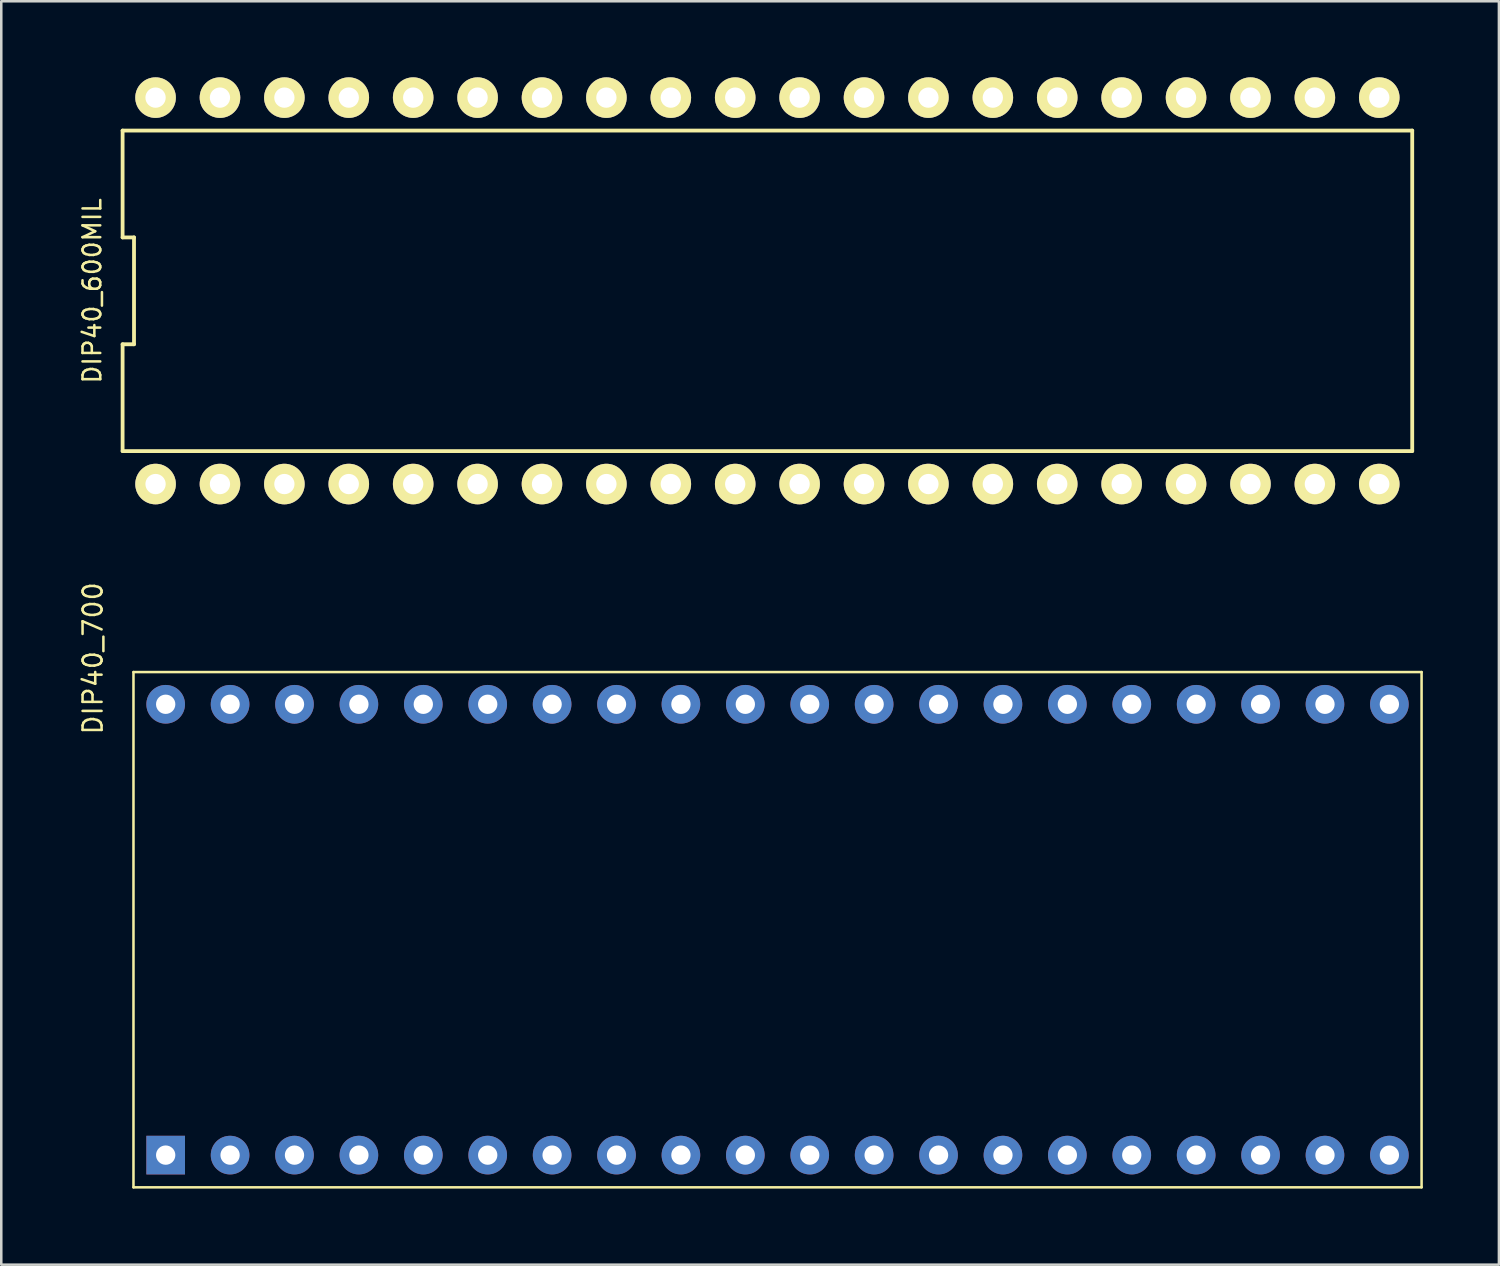
<source format=kicad_pcb>
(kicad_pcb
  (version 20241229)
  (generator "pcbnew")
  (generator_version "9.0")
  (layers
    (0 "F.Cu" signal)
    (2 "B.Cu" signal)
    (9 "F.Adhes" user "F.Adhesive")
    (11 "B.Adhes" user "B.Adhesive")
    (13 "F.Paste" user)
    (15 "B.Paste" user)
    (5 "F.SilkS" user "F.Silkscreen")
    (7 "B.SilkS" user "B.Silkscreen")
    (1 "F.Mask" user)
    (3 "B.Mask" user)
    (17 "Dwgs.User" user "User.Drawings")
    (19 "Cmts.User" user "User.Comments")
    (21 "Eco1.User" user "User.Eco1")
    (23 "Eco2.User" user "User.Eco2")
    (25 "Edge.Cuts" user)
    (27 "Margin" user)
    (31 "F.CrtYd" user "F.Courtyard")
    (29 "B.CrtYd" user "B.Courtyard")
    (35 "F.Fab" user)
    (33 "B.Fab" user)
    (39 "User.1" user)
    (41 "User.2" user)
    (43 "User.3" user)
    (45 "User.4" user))
  (footprint "DIP40_600MIL"
    (layer "F.Cu")
    (at 27.215 8.42)
    (property "Reference" "DIP40_600MIL" (at -26.63 0 90) (layer "F.SilkS") (effects (font (size 0.7 0.7) (thickness 0.1))))
    (attr through_hole)
    (fp_line (start -25.43 -6.32) (end -25.43 -2.107) (stroke (width 0.15) (type solid)) (layer "F.SilkS"))
    (fp_line (start -25.43 -2.107) (end -24.98 -2.107) (stroke (width 0.15) (type solid)) (layer "F.SilkS"))
    (fp_line (start -25.43 2.107) (end -25.43 6.32) (stroke (width 0.15) (type solid)) (layer "F.SilkS"))
    (fp_line (start -25.43 6.32) (end 25.43 6.32) (stroke (width 0.15) (type solid)) (layer "F.SilkS"))
    (fp_line (start -24.98 -2.107) (end -24.98 2.107) (stroke (width 0.15) (type solid)) (layer "F.SilkS"))
    (fp_line (start -24.98 2.107) (end -25.43 2.107) (stroke (width 0.15) (type solid)) (layer "F.SilkS"))
    (fp_line (start 25.43 -6.32) (end -25.43 -6.32) (stroke (width 0.15) (type solid)) (layer "F.SilkS"))
    (fp_line (start 25.43 6.32) (end 25.43 -6.32) (stroke (width 0.15) (type solid)) (layer "F.SilkS"))
    (pad "1" thru_hole circle (at -24.13 7.62) (size 1.6 1.6) (drill 0.8) (layers "*.Cu" "*.Mask" "F.SilkS"))
    (pad "2" thru_hole circle (at -21.59 7.62) (size 1.6 1.6) (drill 0.8) (layers "*.Cu" "*.Mask" "F.SilkS"))
    (pad "3" thru_hole circle (at -19.05 7.62) (size 1.6 1.6) (drill 0.8) (layers "*.Cu" "*.Mask" "F.SilkS"))
    (pad "4" thru_hole circle (at -16.51 7.62) (size 1.6 1.6) (drill 0.8) (layers "*.Cu" "*.Mask" "F.SilkS"))
    (pad "5" thru_hole circle (at -13.97 7.62) (size 1.6 1.6) (drill 0.8) (layers "*.Cu" "*.Mask" "F.SilkS"))
    (pad "6" thru_hole circle (at -11.43 7.62) (size 1.6 1.6) (drill 0.8) (layers "*.Cu" "*.Mask" "F.SilkS"))
    (pad "7" thru_hole circle (at -8.89 7.62) (size 1.6 1.6) (drill 0.8) (layers "*.Cu" "*.Mask" "F.SilkS"))
    (pad "8" thru_hole circle (at -6.35 7.62) (size 1.6 1.6) (drill 0.8) (layers "*.Cu" "*.Mask" "F.SilkS"))
    (pad "9" thru_hole circle (at -3.81 7.62) (size 1.6 1.6) (drill 0.8) (layers "*.Cu" "*.Mask" "F.SilkS"))
    (pad "10" thru_hole circle (at -1.27 7.62) (size 1.6 1.6) (drill 0.8) (layers "*.Cu" "*.Mask" "F.SilkS"))
    (pad "11" thru_hole circle (at 1.27 7.62) (size 1.6 1.6) (drill 0.8) (layers "*.Cu" "*.Mask" "F.SilkS"))
    (pad "12" thru_hole circle (at 3.81 7.62) (size 1.6 1.6) (drill 0.8) (layers "*.Cu" "*.Mask" "F.SilkS"))
    (pad "13" thru_hole circle (at 6.35 7.62) (size 1.6 1.6) (drill 0.8) (layers "*.Cu" "*.Mask" "F.SilkS"))
    (pad "14" thru_hole circle (at 8.89 7.62) (size 1.6 1.6) (drill 0.8) (layers "*.Cu" "*.Mask" "F.SilkS"))
    (pad "15" thru_hole circle (at 11.43 7.62) (size 1.6 1.6) (drill 0.8) (layers "*.Cu" "*.Mask" "F.SilkS"))
    (pad "16" thru_hole circle (at 13.97 7.62) (size 1.6 1.6) (drill 0.8) (layers "*.Cu" "*.Mask" "F.SilkS"))
    (pad "17" thru_hole circle (at 16.51 7.62) (size 1.6 1.6) (drill 0.8) (layers "*.Cu" "*.Mask" "F.SilkS"))
    (pad "18" thru_hole circle (at 19.05 7.62) (size 1.6 1.6) (drill 0.8) (layers "*.Cu" "*.Mask" "F.SilkS"))
    (pad "19" thru_hole circle (at 21.59 7.62) (size 1.6 1.6) (drill 0.8) (layers "*.Cu" "*.Mask" "F.SilkS"))
    (pad "20" thru_hole circle (at 24.13 7.62) (size 1.6 1.6) (drill 0.8) (layers "*.Cu" "*.Mask" "F.SilkS"))
    (pad "21" thru_hole circle (at 24.13 -7.62) (size 1.6 1.6) (drill 0.8) (layers "*.Cu" "*.Mask" "F.SilkS"))
    (pad "22" thru_hole circle (at 21.59 -7.62) (size 1.6 1.6) (drill 0.8) (layers "*.Cu" "*.Mask" "F.SilkS"))
    (pad "23" thru_hole circle (at 19.05 -7.62) (size 1.6 1.6) (drill 0.8) (layers "*.Cu" "*.Mask" "F.SilkS"))
    (pad "24" thru_hole circle (at 16.51 -7.62) (size 1.6 1.6) (drill 0.8) (layers "*.Cu" "*.Mask" "F.SilkS"))
    (pad "25" thru_hole circle (at 13.97 -7.62) (size 1.6 1.6) (drill 0.8) (layers "*.Cu" "*.Mask" "F.SilkS"))
    (pad "26" thru_hole circle (at 11.43 -7.62) (size 1.6 1.6) (drill 0.8) (layers "*.Cu" "*.Mask" "F.SilkS"))
    (pad "27" thru_hole circle (at 8.89 -7.62) (size 1.6 1.6) (drill 0.8) (layers "*.Cu" "*.Mask" "F.SilkS"))
    (pad "28" thru_hole circle (at 6.35 -7.62) (size 1.6 1.6) (drill 0.8) (layers "*.Cu" "*.Mask" "F.SilkS"))
    (pad "29" thru_hole circle (at 3.81 -7.62) (size 1.6 1.6) (drill 0.8) (layers "*.Cu" "*.Mask" "F.SilkS"))
    (pad "30" thru_hole circle (at 1.27 -7.62) (size 1.6 1.6) (drill 0.8) (layers "*.Cu" "*.Mask" "F.SilkS"))
    (pad "31" thru_hole circle (at -1.27 -7.62) (size 1.6 1.6) (drill 0.8) (layers "*.Cu" "*.Mask" "F.SilkS"))
    (pad "32" thru_hole circle (at -3.81 -7.62) (size 1.6 1.6) (drill 0.8) (layers "*.Cu" "*.Mask" "F.SilkS"))
    (pad "33" thru_hole circle (at -6.35 -7.62) (size 1.6 1.6) (drill 0.8) (layers "*.Cu" "*.Mask" "F.SilkS"))
    (pad "34" thru_hole circle (at -8.89 -7.62) (size 1.6 1.6) (drill 0.8) (layers "*.Cu" "*.Mask" "F.SilkS"))
    (pad "35" thru_hole circle (at -11.43 -7.62) (size 1.6 1.6) (drill 0.8) (layers "*.Cu" "*.Mask" "F.SilkS"))
    (pad "36" thru_hole circle (at -13.97 -7.62) (size 1.6 1.6) (drill 0.8) (layers "*.Cu" "*.Mask" "F.SilkS"))
    (pad "37" thru_hole circle (at -16.51 -7.62) (size 1.6 1.6) (drill 0.8) (layers "*.Cu" "*.Mask" "F.SilkS"))
    (pad "38" thru_hole circle (at -19.05 -7.62) (size 1.6 1.6) (drill 0.8) (layers "*.Cu" "*.Mask" "F.SilkS"))
    (pad "39" thru_hole circle (at -21.59 -7.62) (size 1.6 1.6) (drill 0.8) (layers "*.Cu" "*.Mask" "F.SilkS"))
    (pad "40" thru_hole circle (at -24.13 -7.62) (size 1.6 1.6) (drill 0.8) (layers "*.Cu" "*.Mask" "F.SilkS")))
  (footprint "DIP40_700"
    (layer "F.Cu")
    (at 27.614 33.615)
    (property "Reference" "DIP40_700" (at -27 -10.7 270) (layer "F.SilkS") (effects (font (size 0.75 0.75) (thickness 0.1))))
    (attr through_hole)
    (fp_line (start -25.4 -10.16) (end -25.4 10.16) (stroke (width 0.1) (type solid)) (layer "F.SilkS"))
    (fp_line (start -25.4 10.16) (end 25.4 10.16) (stroke (width 0.1) (type solid)) (layer "F.SilkS"))
    (fp_line (start 25.4 -10.16) (end -25.4 -10.16) (stroke (width 0.1) (type solid)) (layer "F.SilkS"))
    (fp_line (start 25.4 -10.16) (end 25.4 10.16) (stroke (width 0.1) (type solid)) (layer "F.SilkS"))
    (pad "1" thru_hole rect (at -24.13 8.89) (size 1.524 1.524) (drill 0.762) (layers "*.Cu" "*.Mask"))
    (pad "2" thru_hole circle (at -21.59 8.89) (size 1.524 1.524) (drill 0.762) (layers "*.Cu" "*.Mask"))
    (pad "3" thru_hole circle (at -19.05 8.89) (size 1.524 1.524) (drill 0.762) (layers "*.Cu" "*.Mask"))
    (pad "4" thru_hole circle (at -16.51 8.89) (size 1.524 1.524) (drill 0.762) (layers "*.Cu" "*.Mask"))
    (pad "5" thru_hole circle (at -13.97 8.89) (size 1.524 1.524) (drill 0.762) (layers "*.Cu" "*.Mask"))
    (pad "6" thru_hole circle (at -11.43 8.89) (size 1.524 1.524) (drill 0.762) (layers "*.Cu" "*.Mask"))
    (pad "7" thru_hole circle (at -8.89 8.89) (size 1.524 1.524) (drill 0.762) (layers "*.Cu" "*.Mask"))
    (pad "8" thru_hole circle (at -6.35 8.89) (size 1.524 1.524) (drill 0.762) (layers "*.Cu" "*.Mask"))
    (pad "9" thru_hole circle (at -3.81 8.89) (size 1.524 1.524) (drill 0.762) (layers "*.Cu" "*.Mask"))
    (pad "10" thru_hole circle (at -1.27 8.89) (size 1.524 1.524) (drill 0.762) (layers "*.Cu" "*.Mask"))
    (pad "11" thru_hole circle (at 1.27 8.89) (size 1.524 1.524) (drill 0.762) (layers "*.Cu" "*.Mask"))
    (pad "12" thru_hole circle (at 3.81 8.89) (size 1.524 1.524) (drill 0.762) (layers "*.Cu" "*.Mask"))
    (pad "13" thru_hole circle (at 6.35 8.89) (size 1.524 1.524) (drill 0.762) (layers "*.Cu" "*.Mask"))
    (pad "14" thru_hole circle (at 8.89 8.89) (size 1.524 1.524) (drill 0.762) (layers "*.Cu" "*.Mask"))
    (pad "15" thru_hole circle (at 11.43 8.89) (size 1.524 1.524) (drill 0.762) (layers "*.Cu" "*.Mask"))
    (pad "16" thru_hole circle (at 13.97 8.89) (size 1.524 1.524) (drill 0.762) (layers "*.Cu" "*.Mask"))
    (pad "17" thru_hole circle (at 16.51 8.89) (size 1.524 1.524) (drill 0.762) (layers "*.Cu" "*.Mask"))
    (pad "18" thru_hole circle (at 19.05 8.89) (size 1.524 1.524) (drill 0.762) (layers "*.Cu" "*.Mask"))
    (pad "19" thru_hole circle (at 21.59 8.89) (size 1.524 1.524) (drill 0.762) (layers "*.Cu" "*.Mask"))
    (pad "20" thru_hole circle (at 24.13 8.89) (size 1.524 1.524) (drill 0.762) (layers "*.Cu" "*.Mask"))
    (pad "21" thru_hole circle (at 24.13 -8.89) (size 1.524 1.524) (drill 0.762) (layers "*.Cu" "*.Mask"))
    (pad "22" thru_hole circle (at 21.59 -8.89) (size 1.524 1.524) (drill 0.762) (layers "*.Cu" "*.Mask"))
    (pad "23" thru_hole circle (at 19.05 -8.89) (size 1.524 1.524) (drill 0.762) (layers "*.Cu" "*.Mask"))
    (pad "24" thru_hole circle (at 16.51 -8.89) (size 1.524 1.524) (drill 0.762) (layers "*.Cu" "*.Mask"))
    (pad "25" thru_hole circle (at 13.97 -8.89) (size 1.524 1.524) (drill 0.762) (layers "*.Cu" "*.Mask"))
    (pad "26" thru_hole circle (at 11.43 -8.89) (size 1.524 1.524) (drill 0.762) (layers "*.Cu" "*.Mask"))
    (pad "27" thru_hole circle (at 8.89 -8.89) (size 1.524 1.524) (drill 0.762) (layers "*.Cu" "*.Mask"))
    (pad "28" thru_hole circle (at 6.35 -8.89) (size 1.524 1.524) (drill 0.762) (layers "*.Cu" "*.Mask"))
    (pad "29" thru_hole circle (at 3.81 -8.89) (size 1.524 1.524) (drill 0.762) (layers "*.Cu" "*.Mask"))
    (pad "30" thru_hole circle (at 1.27 -8.89) (size 1.524 1.524) (drill 0.762) (layers "*.Cu" "*.Mask"))
    (pad "31" thru_hole circle (at -1.27 -8.89) (size 1.524 1.524) (drill 0.762) (layers "*.Cu" "*.Mask"))
    (pad "32" thru_hole circle (at -3.81 -8.89) (size 1.524 1.524) (drill 0.762) (layers "*.Cu" "*.Mask"))
    (pad "33" thru_hole circle (at -6.35 -8.89) (size 1.524 1.524) (drill 0.762) (layers "*.Cu" "*.Mask"))
    (pad "34" thru_hole circle (at -8.89 -8.89) (size 1.524 1.524) (drill 0.762) (layers "*.Cu" "*.Mask"))
    (pad "35" thru_hole circle (at -11.43 -8.89) (size 1.524 1.524) (drill 0.762) (layers "*.Cu" "*.Mask"))
    (pad "36" thru_hole circle (at -13.97 -8.89) (size 1.524 1.524) (drill 0.762) (layers "*.Cu" "*.Mask"))
    (pad "37" thru_hole circle (at -16.51 -8.89) (size 1.524 1.524) (drill 0.762) (layers "*.Cu" "*.Mask"))
    (pad "38" thru_hole circle (at -19.05 -8.89) (size 1.524 1.524) (drill 0.762) (layers "*.Cu" "*.Mask"))
    (pad "39" thru_hole circle (at -21.59 -8.89) (size 1.524 1.524) (drill 0.762) (layers "*.Cu" "*.Mask"))
    (pad "40" thru_hole circle (at -24.13 -8.89) (size 1.524 1.524) (drill 0.762) (layers "*.Cu" "*.Mask")))
  (gr_rect
    (start -3 -3)
    (end 56.064 46.825)
    (stroke (width 0.1) (type default))
    (fill no)
    (layer "Edge.Cuts")))
</source>
